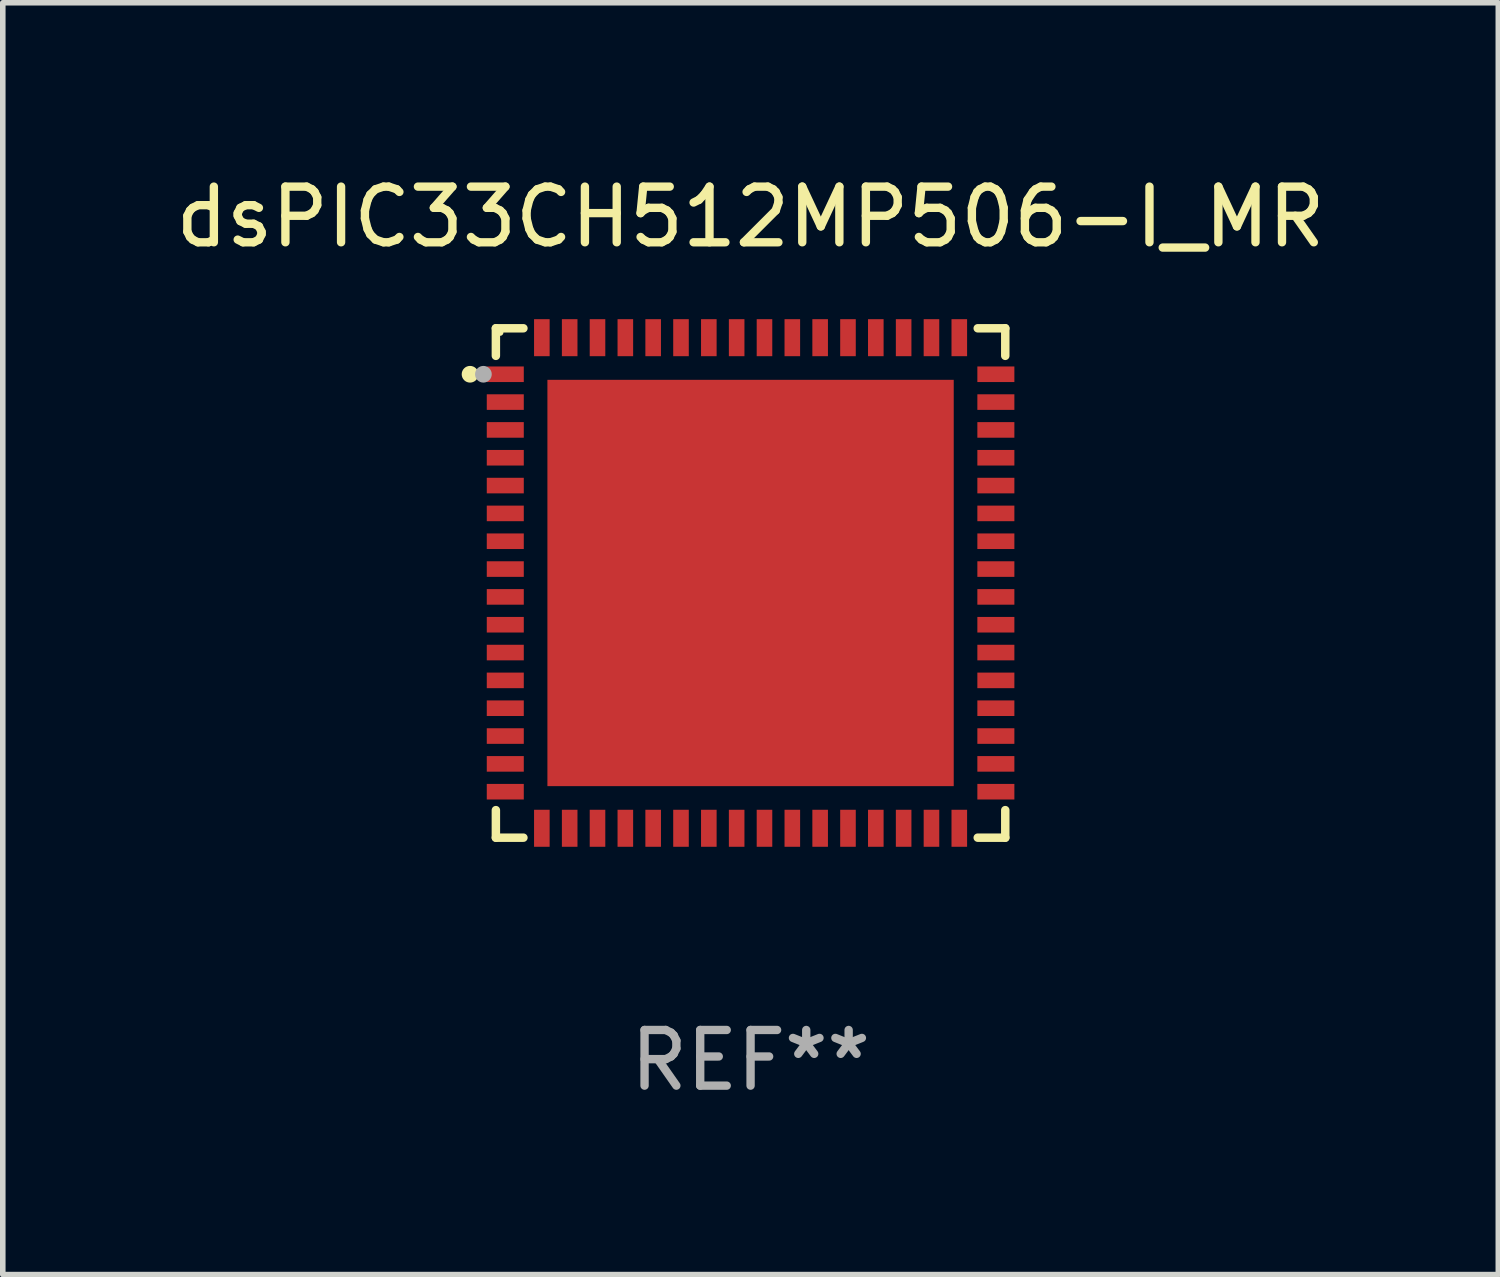
<source format=kicad_pcb>
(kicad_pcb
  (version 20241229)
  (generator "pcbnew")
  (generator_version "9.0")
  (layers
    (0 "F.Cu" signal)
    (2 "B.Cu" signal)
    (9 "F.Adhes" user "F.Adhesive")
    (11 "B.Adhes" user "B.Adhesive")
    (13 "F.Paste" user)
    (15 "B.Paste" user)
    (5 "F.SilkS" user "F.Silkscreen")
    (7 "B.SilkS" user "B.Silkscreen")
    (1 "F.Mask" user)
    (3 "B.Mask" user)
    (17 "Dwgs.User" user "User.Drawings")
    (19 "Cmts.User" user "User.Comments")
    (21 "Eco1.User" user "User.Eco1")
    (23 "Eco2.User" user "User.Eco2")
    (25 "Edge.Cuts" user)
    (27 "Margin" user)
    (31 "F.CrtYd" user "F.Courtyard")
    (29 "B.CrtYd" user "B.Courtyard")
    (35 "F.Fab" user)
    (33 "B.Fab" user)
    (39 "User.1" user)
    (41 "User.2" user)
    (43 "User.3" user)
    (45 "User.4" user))
  (footprint "dsPIC33CH512MP506-I_MR"
    (layer "F.Cu")
    (at 10.435 7.424)
    (property "Reference" "dsPIC33CH512MP506-I_MR" (at 0 -6.576 0) (layer "F.SilkS") (effects (font (size 1 1) (thickness 0.15))))
    (attr through_hole)
    (fp_line (start -4.576 -4.576) (end -4.576 -4.081) (stroke (width 0.152) (type solid)) (layer "F.SilkS"))
    (fp_line (start -4.576 4.576) (end -4.576 4.081) (stroke (width 0.152) (type solid)) (layer "F.SilkS"))
    (fp_line (start -4.081 -4.576) (end -4.576 -4.576) (stroke (width 0.152) (type solid)) (layer "F.SilkS"))
    (fp_line (start -4.081 4.576) (end -4.576 4.576) (stroke (width 0.152) (type solid)) (layer "F.SilkS"))
    (fp_line (start 4.081 -4.576) (end 4.576 -4.576) (stroke (width 0.152) (type solid)) (layer "F.SilkS"))
    (fp_line (start 4.081 4.576) (end 4.576 4.576) (stroke (width 0.152) (type solid)) (layer "F.SilkS"))
    (fp_line (start 4.576 -4.576) (end 4.576 -4.081) (stroke (width 0.152) (type solid)) (layer "F.SilkS"))
    (fp_line (start 4.576 4.576) (end 4.576 4.081) (stroke (width 0.152) (type solid)) (layer "F.SilkS"))
    (fp_circle (center -5.04 -3.75) (end -4.965 -3.75) (stroke (width 0.15) (type solid)) (fill no) (layer "F.SilkS"))
    (fp_circle (center -4.5 -4.5) (end -4.47 -4.5) (stroke (width 0.06) (type solid)) (fill no) (layer "F.SilkS"))
    (fp_circle (center -4.8 -3.75) (end -4.725 -3.75) (stroke (width 0.15) (type solid)) (fill no) (layer "F.Fab"))
    (fp_text user "REF**" (at 0 8.576 0) (layer "F.Fab") (effects (font (size 1 1) (thickness 0.15))))
    (pad "1" smd rect (at -4.407 -3.75) (size 0.665 0.28) (layers "F.Cu" "F.Mask" "F.Paste"))
    (pad "2" smd rect (at -4.407 -3.25) (size 0.665 0.28) (layers "F.Cu" "F.Mask" "F.Paste"))
    (pad "3" smd rect (at -4.407 -2.75) (size 0.665 0.28) (layers "F.Cu" "F.Mask" "F.Paste"))
    (pad "4" smd rect (at -4.407 -2.25) (size 0.665 0.28) (layers "F.Cu" "F.Mask" "F.Paste"))
    (pad "5" smd rect (at -4.407 -1.75) (size 0.665 0.28) (layers "F.Cu" "F.Mask" "F.Paste"))
    (pad "6" smd rect (at -4.407 -1.25) (size 0.665 0.28) (layers "F.Cu" "F.Mask" "F.Paste"))
    (pad "7" smd rect (at -4.407 -0.75) (size 0.665 0.28) (layers "F.Cu" "F.Mask" "F.Paste"))
    (pad "8" smd rect (at -4.407 -0.25) (size 0.665 0.28) (layers "F.Cu" "F.Mask" "F.Paste"))
    (pad "9" smd rect (at -4.407 0.25) (size 0.665 0.28) (layers "F.Cu" "F.Mask" "F.Paste"))
    (pad "10" smd rect (at -4.407 0.75) (size 0.665 0.28) (layers "F.Cu" "F.Mask" "F.Paste"))
    (pad "11" smd rect (at -4.407 1.25) (size 0.665 0.28) (layers "F.Cu" "F.Mask" "F.Paste"))
    (pad "12" smd rect (at -4.407 1.75) (size 0.665 0.28) (layers "F.Cu" "F.Mask" "F.Paste"))
    (pad "13" smd rect (at -4.407 2.25) (size 0.665 0.28) (layers "F.Cu" "F.Mask" "F.Paste"))
    (pad "14" smd rect (at -4.407 2.75) (size 0.665 0.28) (layers "F.Cu" "F.Mask" "F.Paste"))
    (pad "15" smd rect (at -4.407 3.25) (size 0.665 0.28) (layers "F.Cu" "F.Mask" "F.Paste"))
    (pad "16" smd rect (at -4.407 3.75) (size 0.665 0.28) (layers "F.Cu" "F.Mask" "F.Paste"))
    (pad "17" smd rect (at -3.75 4.407) (size 0.28 0.665) (layers "F.Cu" "F.Mask" "F.Paste"))
    (pad "18" smd rect (at -3.25 4.407) (size 0.28 0.665) (layers "F.Cu" "F.Mask" "F.Paste"))
    (pad "19" smd rect (at -2.75 4.407) (size 0.28 0.665) (layers "F.Cu" "F.Mask" "F.Paste"))
    (pad "20" smd rect (at -2.25 4.407) (size 0.28 0.665) (layers "F.Cu" "F.Mask" "F.Paste"))
    (pad "21" smd rect (at -1.75 4.407) (size 0.28 0.665) (layers "F.Cu" "F.Mask" "F.Paste"))
    (pad "22" smd rect (at -1.25 4.407) (size 0.28 0.665) (layers "F.Cu" "F.Mask" "F.Paste"))
    (pad "23" smd rect (at -0.75 4.407) (size 0.28 0.665) (layers "F.Cu" "F.Mask" "F.Paste"))
    (pad "24" smd rect (at -0.25 4.407) (size 0.28 0.665) (layers "F.Cu" "F.Mask" "F.Paste"))
    (pad "25" smd rect (at 0.25 4.407) (size 0.28 0.665) (layers "F.Cu" "F.Mask" "F.Paste"))
    (pad "26" smd rect (at 0.75 4.407) (size 0.28 0.665) (layers "F.Cu" "F.Mask" "F.Paste"))
    (pad "27" smd rect (at 1.25 4.407) (size 0.28 0.665) (layers "F.Cu" "F.Mask" "F.Paste"))
    (pad "28" smd rect (at 1.75 4.407) (size 0.28 0.665) (layers "F.Cu" "F.Mask" "F.Paste"))
    (pad "29" smd rect (at 2.25 4.407) (size 0.28 0.665) (layers "F.Cu" "F.Mask" "F.Paste"))
    (pad "30" smd rect (at 2.75 4.407) (size 0.28 0.665) (layers "F.Cu" "F.Mask" "F.Paste"))
    (pad "31" smd rect (at 3.25 4.407) (size 0.28 0.665) (layers "F.Cu" "F.Mask" "F.Paste"))
    (pad "32" smd rect (at 3.75 4.407) (size 0.28 0.665) (layers "F.Cu" "F.Mask" "F.Paste"))
    (pad "33" smd rect (at 4.407 3.75) (size 0.665 0.28) (layers "F.Cu" "F.Mask" "F.Paste"))
    (pad "34" smd rect (at 4.407 3.25) (size 0.665 0.28) (layers "F.Cu" "F.Mask" "F.Paste"))
    (pad "35" smd rect (at 4.407 2.75) (size 0.665 0.28) (layers "F.Cu" "F.Mask" "F.Paste"))
    (pad "36" smd rect (at 4.407 2.25) (size 0.665 0.28) (layers "F.Cu" "F.Mask" "F.Paste"))
    (pad "37" smd rect (at 4.407 1.75) (size 0.665 0.28) (layers "F.Cu" "F.Mask" "F.Paste"))
    (pad "38" smd rect (at 4.407 1.25) (size 0.665 0.28) (layers "F.Cu" "F.Mask" "F.Paste"))
    (pad "39" smd rect (at 4.407 0.75) (size 0.665 0.28) (layers "F.Cu" "F.Mask" "F.Paste"))
    (pad "40" smd rect (at 4.407 0.25) (size 0.665 0.28) (layers "F.Cu" "F.Mask" "F.Paste"))
    (pad "41" smd rect (at 4.407 -0.25) (size 0.665 0.28) (layers "F.Cu" "F.Mask" "F.Paste"))
    (pad "42" smd rect (at 4.407 -0.75) (size 0.665 0.28) (layers "F.Cu" "F.Mask" "F.Paste"))
    (pad "43" smd rect (at 4.407 -1.25) (size 0.665 0.28) (layers "F.Cu" "F.Mask" "F.Paste"))
    (pad "44" smd rect (at 4.407 -1.75) (size 0.665 0.28) (layers "F.Cu" "F.Mask" "F.Paste"))
    (pad "45" smd rect (at 4.407 -2.25) (size 0.665 0.28) (layers "F.Cu" "F.Mask" "F.Paste"))
    (pad "46" smd rect (at 4.407 -2.75) (size 0.665 0.28) (layers "F.Cu" "F.Mask" "F.Paste"))
    (pad "47" smd rect (at 4.407 -3.25) (size 0.665 0.28) (layers "F.Cu" "F.Mask" "F.Paste"))
    (pad "48" smd rect (at 4.407 -3.75) (size 0.665 0.28) (layers "F.Cu" "F.Mask" "F.Paste"))
    (pad "49" smd rect (at 3.75 -4.407) (size 0.28 0.665) (layers "F.Cu" "F.Mask" "F.Paste"))
    (pad "50" smd rect (at 3.25 -4.407) (size 0.28 0.665) (layers "F.Cu" "F.Mask" "F.Paste"))
    (pad "51" smd rect (at 2.75 -4.407) (size 0.28 0.665) (layers "F.Cu" "F.Mask" "F.Paste"))
    (pad "52" smd rect (at 2.25 -4.407) (size 0.28 0.665) (layers "F.Cu" "F.Mask" "F.Paste"))
    (pad "53" smd rect (at 1.75 -4.407) (size 0.28 0.665) (layers "F.Cu" "F.Mask" "F.Paste"))
    (pad "54" smd rect (at 1.25 -4.407) (size 0.28 0.665) (layers "F.Cu" "F.Mask" "F.Paste"))
    (pad "55" smd rect (at 0.75 -4.407) (size 0.28 0.665) (layers "F.Cu" "F.Mask" "F.Paste"))
    (pad "56" smd rect (at 0.25 -4.407) (size 0.28 0.665) (layers "F.Cu" "F.Mask" "F.Paste"))
    (pad "57" smd rect (at -0.25 -4.407) (size 0.28 0.665) (layers "F.Cu" "F.Mask" "F.Paste"))
    (pad "58" smd rect (at -0.75 -4.407) (size 0.28 0.665) (layers "F.Cu" "F.Mask" "F.Paste"))
    (pad "59" smd rect (at -1.25 -4.407) (size 0.28 0.665) (layers "F.Cu" "F.Mask" "F.Paste"))
    (pad "60" smd rect (at -1.75 -4.407) (size 0.28 0.665) (layers "F.Cu" "F.Mask" "F.Paste"))
    (pad "61" smd rect (at -2.25 -4.407) (size 0.28 0.665) (layers "F.Cu" "F.Mask" "F.Paste"))
    (pad "62" smd rect (at -2.75 -4.407) (size 0.28 0.665) (layers "F.Cu" "F.Mask" "F.Paste"))
    (pad "63" smd rect (at -3.25 -4.407) (size 0.28 0.665) (layers "F.Cu" "F.Mask" "F.Paste"))
    (pad "64" smd rect (at -3.75 -4.407) (size 0.28 0.665) (layers "F.Cu" "F.Mask" "F.Paste"))
    (pad "65" smd rect (at 0 0) (size 7.3 7.3) (layers "F.Cu" "F.Mask" "F.Paste")))
  (gr_rect
    (start -3 -3)
    (end 23.869 19.849)
    (stroke (width 0.1) (type default))
    (fill no)
    (layer "Edge.Cuts")))
</source>
